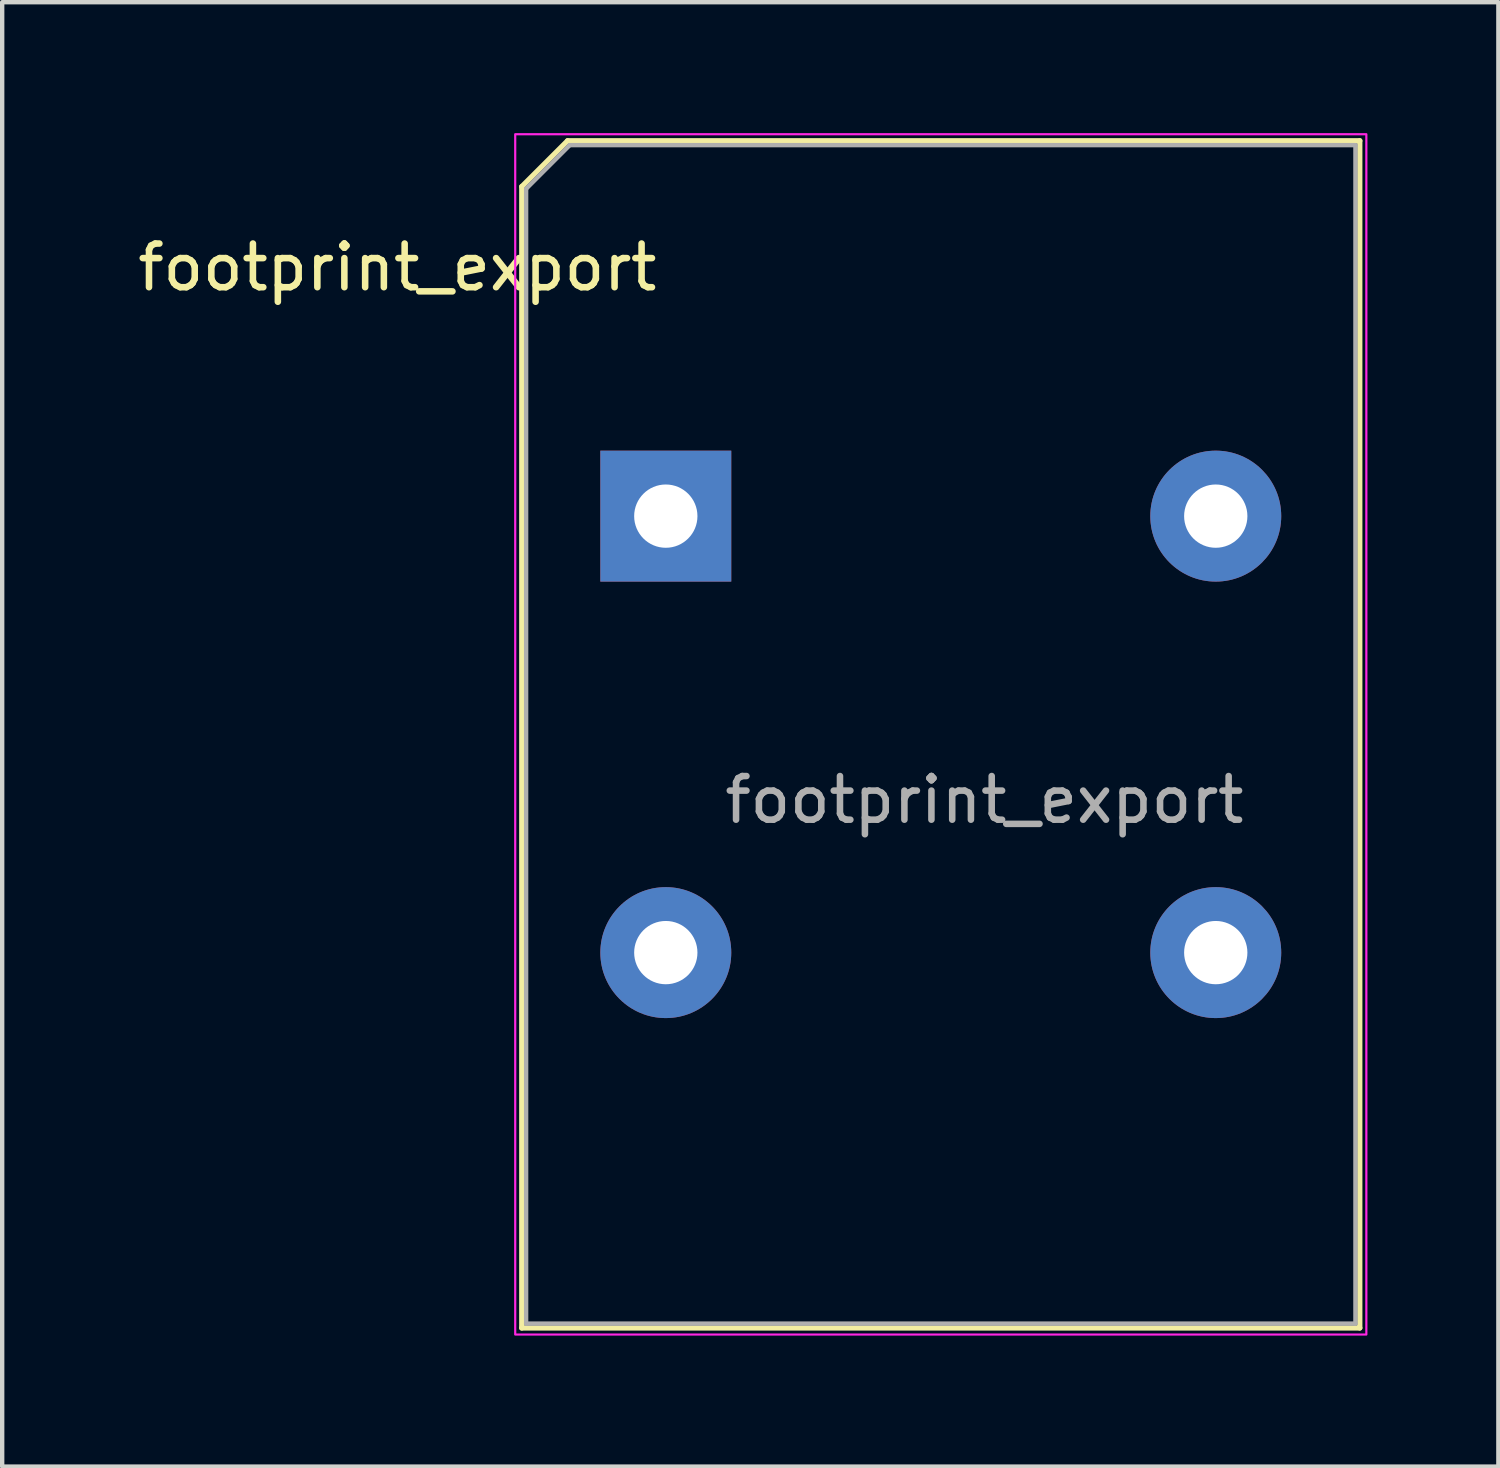
<source format=kicad_pcb>
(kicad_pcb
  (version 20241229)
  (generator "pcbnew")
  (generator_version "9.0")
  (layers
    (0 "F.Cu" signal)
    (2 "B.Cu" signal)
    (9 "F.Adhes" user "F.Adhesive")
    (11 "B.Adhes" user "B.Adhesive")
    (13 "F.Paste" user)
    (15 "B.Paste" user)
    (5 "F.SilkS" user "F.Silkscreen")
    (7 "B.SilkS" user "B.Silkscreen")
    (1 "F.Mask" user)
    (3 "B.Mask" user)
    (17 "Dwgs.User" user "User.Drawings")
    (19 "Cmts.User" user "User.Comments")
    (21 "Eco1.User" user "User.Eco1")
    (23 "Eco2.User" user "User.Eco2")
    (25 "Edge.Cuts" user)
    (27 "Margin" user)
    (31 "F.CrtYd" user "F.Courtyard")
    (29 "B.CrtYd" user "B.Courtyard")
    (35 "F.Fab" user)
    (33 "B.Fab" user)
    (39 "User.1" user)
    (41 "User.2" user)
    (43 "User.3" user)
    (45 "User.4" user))
  (footprint "footprint_export"
    (layer "F.Cu")
    (at 12.204 8.775)
    (property "Reference" "footprint_export" (at -6.15 -5.7 0) (unlocked yes) (layer "F.SilkS") (effects (font (size 1 1) (thickness 0.15))))
    (attr through_hole)
    (fp_line (start -3.3 -7.55) (end -3.3 18.6) (stroke (width 0.12) (type solid)) (layer "F.SilkS"))
    (fp_line (start -3.3 18.6) (end 15.9 18.6) (stroke (width 0.12) (type solid)) (layer "F.SilkS"))
    (fp_line (start -2.25 -8.6) (end -3.3 -7.55) (stroke (width 0.12) (type solid)) (layer "F.SilkS"))
    (fp_line (start 15.9 -8.6) (end -2.25 -8.6) (stroke (width 0.12) (type solid)) (layer "F.SilkS"))
    (fp_line (start 15.9 18.6) (end 15.9 -8.6) (stroke (width 0.12) (type solid)) (layer "F.SilkS"))
    (fp_rect (start -3.45 -8.75) (end 16.05 18.75) (stroke (width 0.05) (type solid)) (fill no) (layer "F.CrtYd"))
    (fp_line (start -3.2 -7.5) (end -2.2 -8.5) (stroke (width 0.1) (type solid)) (layer "F.Fab"))
    (fp_line (start -3.2 18.5) (end -3.2 -7.5) (stroke (width 0.1) (type solid)) (layer "F.Fab"))
    (fp_line (start -2.2 -8.5) (end 15.8 -8.5) (stroke (width 0.1) (type solid)) (layer "F.Fab"))
    (fp_line (start 15.8 -8.5) (end 15.8 18.5) (stroke (width 0.1) (type solid)) (layer "F.Fab"))
    (fp_line (start 15.8 18.5) (end -3.2 18.5) (stroke (width 0.1) (type solid)) (layer "F.Fab"))
    (fp_text user "${REFERENCE}" (at 7.3 6.5 0) (unlocked yes) (layer "F.Fab") (effects (font (size 1 1) (thickness 0.15))))
    (pad "1" thru_hole rect (at 0 0) (size 3 3) (drill 1.45) (layers "*.Cu" "*.Mask"))
    (pad "2" thru_hole circle (at 0 10) (size 3 3) (drill 1.45) (layers "*.Cu" "*.Mask"))
    (pad "3" thru_hole circle (at 12.6 10) (size 3 3) (drill 1.45) (layers "*.Cu" "*.Mask"))
    (pad "4" thru_hole circle (at 12.6 0) (size 3 3) (drill 1.45) (layers "*.Cu" "*.Mask")))
  (gr_rect
    (start -3 -3)
    (end 31.279 30.55)
    (stroke (width 0.1) (type default))
    (fill no)
    (layer "Edge.Cuts")))
</source>
